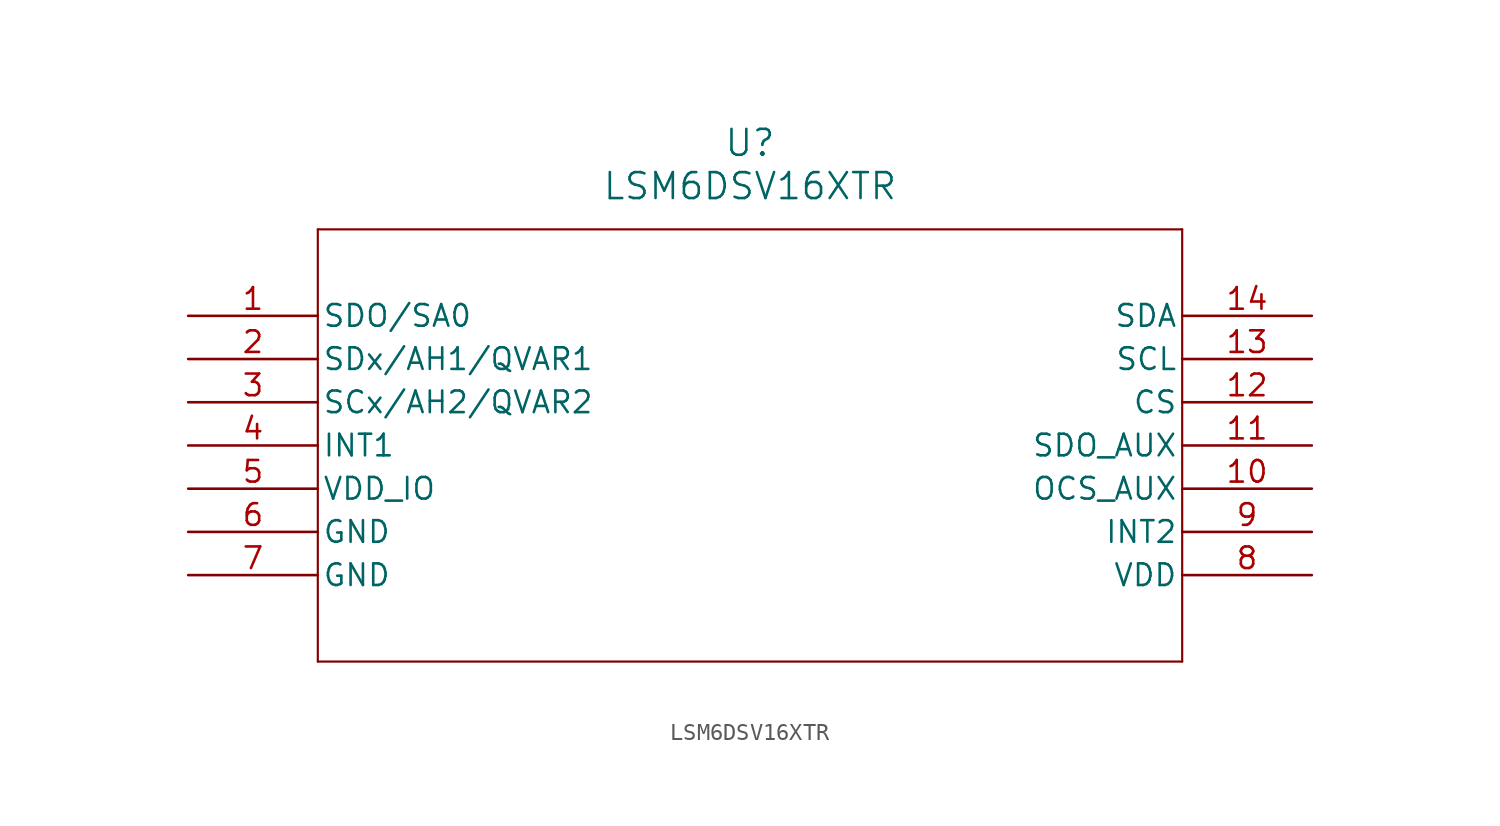
<source format=kicad_sym>
(kicad_symbol_lib
  (version 20211014)
  (generator kicad_symbol_editor)
  (symbol "LSM6DSV16XTR"
    (pin_names
      (offset 0.254))
    (property "Reference" "U"
      (at 33.02 10.16 0)
      (effects (font (size 1.524 1.524))))
    (property "Value" "LSM6DSV16XTR"
      (at 33.02 7.62 0)
      (effects (font (size 1.524 1.524))))
    (symbol "LSM6DSV16XTR_0_1"
      (polyline (pts (xy 7.62 5.08) (xy 7.62 -20.32)) (stroke (width 0.127) (type default) (color 0 0 0 0)) (fill (type none)))
      (polyline (pts (xy 7.62 -20.32) (xy 58.42 -20.32)) (stroke (width 0.127) (type default) (color 0 0 0 0)) (fill (type none)))
      (polyline (pts (xy 58.42 -20.32) (xy 58.42 5.08)) (stroke (width 0.127) (type default) (color 0 0 0 0)) (fill (type none)))
      (polyline (pts (xy 58.42 5.08) (xy 7.62 5.08)) (stroke (width 0.127) (type default) (color 0 0 0 0)) (fill (type none)))
      (pin unspecified line (at 0 0 0) (length 7.62) (name "SDO/SA0" (effects (font (size 1.27 1.27)))) (number "1" (effects (font (size 1.27 1.27)))))
      (pin unspecified line (at 0 -2.54 0) (length 7.62) (name "SDx/AH1/QVAR1" (effects (font (size 1.27 1.27)))) (number "2" (effects (font (size 1.27 1.27)))))
      (pin unspecified line (at 0 -5.08 0) (length 7.62) (name "SCx/AH2/QVAR2" (effects (font (size 1.27 1.27)))) (number "3" (effects (font (size 1.27 1.27)))))
      (pin input line (at 0 -7.62 0) (length 7.62) (name "INT1" (effects (font (size 1.27 1.27)))) (number "4" (effects (font (size 1.27 1.27)))))
      (pin power_in line (at 0 -10.16 0) (length 7.62) (name "VDD_IO" (effects (font (size 1.27 1.27)))) (number "5" (effects (font (size 1.27 1.27)))))
      (pin power_out line (at 0 -12.7 0) (length 7.62) (name "GND" (effects (font (size 1.27 1.27)))) (number "6" (effects (font (size 1.27 1.27)))))
      (pin power_out line (at 0 -15.24 0) (length 7.62) (name "GND" (effects (font (size 1.27 1.27)))) (number "7" (effects (font (size 1.27 1.27)))))
      (pin power_in line (at 66.04 -15.24 180) (length 7.62) (name "VDD" (effects (font (size 1.27 1.27)))) (number "8" (effects (font (size 1.27 1.27)))))
      (pin input line (at 66.04 -12.7 180) (length 7.62) (name "INT2" (effects (font (size 1.27 1.27)))) (number "9" (effects (font (size 1.27 1.27)))))
      (pin unspecified line (at 66.04 -10.16 180) (length 7.62) (name "OCS_AUX" (effects (font (size 1.27 1.27)))) (number "10" (effects (font (size 1.27 1.27)))))
      (pin unspecified line (at 66.04 -7.62 180) (length 7.62) (name "SDO_AUX" (effects (font (size 1.27 1.27)))) (number "11" (effects (font (size 1.27 1.27)))))
      (pin unspecified line (at 66.04 -5.08 180) (length 7.62) (name "CS" (effects (font (size 1.27 1.27)))) (number "12" (effects (font (size 1.27 1.27)))))
      (pin unspecified line (at 66.04 -2.54 180) (length 7.62) (name "SCL" (effects (font (size 1.27 1.27)))) (number "13" (effects (font (size 1.27 1.27)))))
      (pin unspecified line (at 66.04 0 180) (length 7.62) (name "SDA" (effects (font (size 1.27 1.27)))) (number "14" (effects (font (size 1.27 1.27))))))))
</source>
